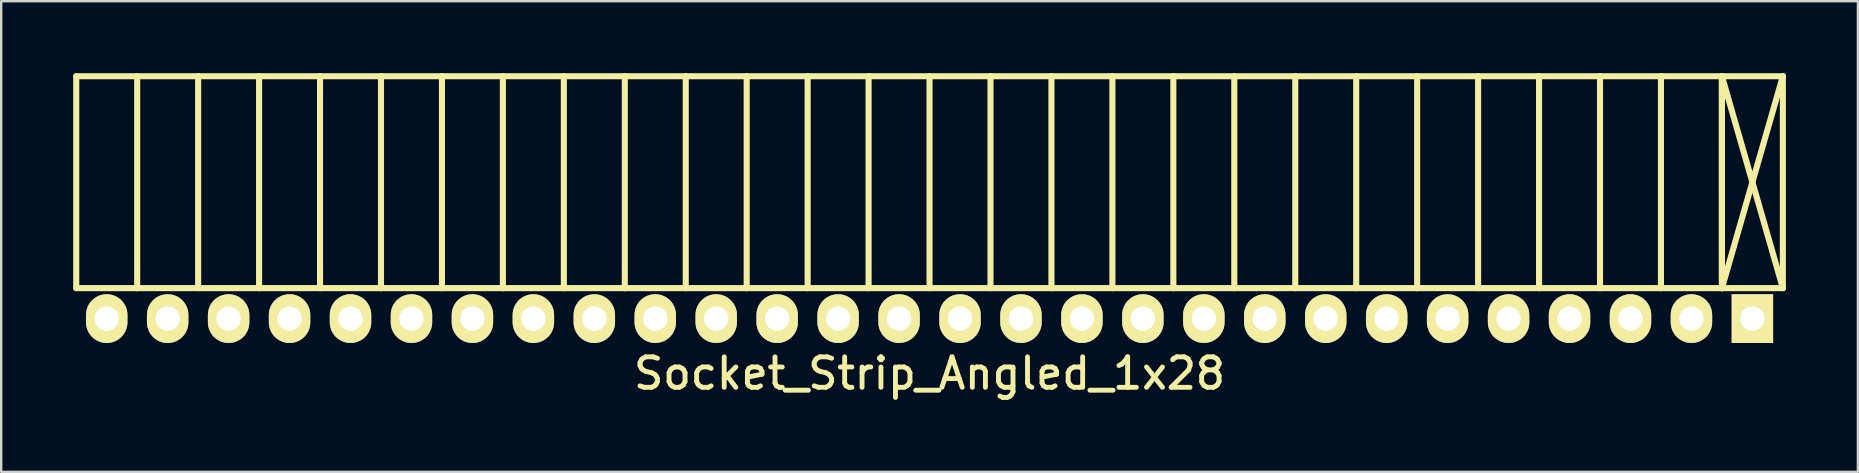
<source format=kicad_pcb>
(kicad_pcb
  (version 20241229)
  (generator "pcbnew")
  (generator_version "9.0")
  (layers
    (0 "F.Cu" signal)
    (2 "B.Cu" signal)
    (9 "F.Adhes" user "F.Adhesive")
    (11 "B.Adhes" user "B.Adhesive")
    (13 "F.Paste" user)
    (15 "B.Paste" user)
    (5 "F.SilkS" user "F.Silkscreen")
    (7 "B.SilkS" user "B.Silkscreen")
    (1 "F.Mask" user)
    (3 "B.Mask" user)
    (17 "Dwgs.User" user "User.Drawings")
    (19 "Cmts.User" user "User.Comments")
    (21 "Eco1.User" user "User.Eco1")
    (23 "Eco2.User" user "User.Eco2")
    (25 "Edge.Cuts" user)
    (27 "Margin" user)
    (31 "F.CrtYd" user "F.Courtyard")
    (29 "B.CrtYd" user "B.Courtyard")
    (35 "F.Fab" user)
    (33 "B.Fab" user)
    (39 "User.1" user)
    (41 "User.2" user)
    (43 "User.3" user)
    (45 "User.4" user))
  (footprint "Socket_Strip_Angled_1x28"
    (layer "F.Cu")
    (at 35.687 10.227)
    (property "Reference" "Socket_Strip_Angled_1x28" (at 0 2.286 0) (layer "F.SilkS") (effects (font (size 1.27 1.27) (thickness 0.203))))
    (attr through_hole)
    (fp_line (start -35.56 -10.1) (end -35.56 -1.27) (stroke (width 0.254) (type solid)) (layer "F.SilkS"))
    (fp_line (start -33.02 -10.1) (end -35.56 -10.1) (stroke (width 0.254) (type solid)) (layer "F.SilkS"))
    (fp_line (start -33.02 -10.1) (end -33.02 -1.27) (stroke (width 0.254) (type solid)) (layer "F.SilkS"))
    (fp_line (start -33.02 -1.27) (end -35.56 -1.27) (stroke (width 0.254) (type solid)) (layer "F.SilkS"))
    (fp_line (start -30.48 -10.1) (end -33.02 -10.1) (stroke (width 0.254) (type solid)) (layer "F.SilkS"))
    (fp_line (start -30.48 -10.1) (end -30.48 -1.27) (stroke (width 0.254) (type solid)) (layer "F.SilkS"))
    (fp_line (start -30.48 -1.27) (end -33.02 -1.27) (stroke (width 0.254) (type solid)) (layer "F.SilkS"))
    (fp_line (start -27.94 -10.1) (end -30.48 -10.1) (stroke (width 0.254) (type solid)) (layer "F.SilkS"))
    (fp_line (start -27.94 -10.1) (end -27.94 -1.27) (stroke (width 0.254) (type solid)) (layer "F.SilkS"))
    (fp_line (start -27.94 -1.27) (end -30.48 -1.27) (stroke (width 0.254) (type solid)) (layer "F.SilkS"))
    (fp_line (start -25.4 -10.1) (end -27.94 -10.1) (stroke (width 0.254) (type solid)) (layer "F.SilkS"))
    (fp_line (start -25.4 -10.1) (end -25.4 -1.27) (stroke (width 0.254) (type solid)) (layer "F.SilkS"))
    (fp_line (start -25.4 -1.27) (end -27.94 -1.27) (stroke (width 0.254) (type solid)) (layer "F.SilkS"))
    (fp_line (start -22.86 -10.1) (end -25.4 -10.1) (stroke (width 0.254) (type solid)) (layer "F.SilkS"))
    (fp_line (start -22.86 -10.1) (end -22.86 -1.27) (stroke (width 0.254) (type solid)) (layer "F.SilkS"))
    (fp_line (start -22.86 -1.27) (end -25.4 -1.27) (stroke (width 0.254) (type solid)) (layer "F.SilkS"))
    (fp_line (start -20.32 -10.1) (end -22.86 -10.1) (stroke (width 0.254) (type solid)) (layer "F.SilkS"))
    (fp_line (start -20.32 -10.1) (end -20.32 -1.27) (stroke (width 0.254) (type solid)) (layer "F.SilkS"))
    (fp_line (start -20.32 -1.27) (end -22.86 -1.27) (stroke (width 0.254) (type solid)) (layer "F.SilkS"))
    (fp_line (start -17.78 -10.1) (end -20.32 -10.1) (stroke (width 0.254) (type solid)) (layer "F.SilkS"))
    (fp_line (start -17.78 -10.1) (end -17.78 -1.27) (stroke (width 0.254) (type solid)) (layer "F.SilkS"))
    (fp_line (start -17.78 -1.27) (end -20.32 -1.27) (stroke (width 0.254) (type solid)) (layer "F.SilkS"))
    (fp_line (start -15.24 -10.1) (end -17.78 -10.1) (stroke (width 0.254) (type solid)) (layer "F.SilkS"))
    (fp_line (start -15.24 -10.1) (end -15.24 -1.27) (stroke (width 0.254) (type solid)) (layer "F.SilkS"))
    (fp_line (start -15.24 -1.27) (end -17.78 -1.27) (stroke (width 0.254) (type solid)) (layer "F.SilkS"))
    (fp_line (start -12.7 -10.1) (end -15.24 -10.1) (stroke (width 0.254) (type solid)) (layer "F.SilkS"))
    (fp_line (start -12.7 -10.1) (end -12.7 -1.27) (stroke (width 0.254) (type solid)) (layer "F.SilkS"))
    (fp_line (start -12.7 -1.27) (end -15.24 -1.27) (stroke (width 0.254) (type solid)) (layer "F.SilkS"))
    (fp_line (start -10.16 -10.1) (end -12.7 -10.1) (stroke (width 0.254) (type solid)) (layer "F.SilkS"))
    (fp_line (start -10.16 -10.1) (end -10.16 -1.27) (stroke (width 0.254) (type solid)) (layer "F.SilkS"))
    (fp_line (start -10.16 -1.27) (end -12.7 -1.27) (stroke (width 0.254) (type solid)) (layer "F.SilkS"))
    (fp_line (start -7.62 -10.1) (end -10.16 -10.1) (stroke (width 0.254) (type solid)) (layer "F.SilkS"))
    (fp_line (start -7.62 -10.1) (end -7.62 -1.27) (stroke (width 0.254) (type solid)) (layer "F.SilkS"))
    (fp_line (start -7.62 -1.27) (end -10.16 -1.27) (stroke (width 0.254) (type solid)) (layer "F.SilkS"))
    (fp_line (start -5.08 -10.1) (end -7.62 -10.1) (stroke (width 0.254) (type solid)) (layer "F.SilkS"))
    (fp_line (start -5.08 -10.1) (end -5.08 -1.27) (stroke (width 0.254) (type solid)) (layer "F.SilkS"))
    (fp_line (start -5.08 -1.27) (end -7.62 -1.27) (stroke (width 0.254) (type solid)) (layer "F.SilkS"))
    (fp_line (start -2.54 -10.1) (end -5.08 -10.1) (stroke (width 0.254) (type solid)) (layer "F.SilkS"))
    (fp_line (start -2.54 -10.1) (end -2.54 -1.27) (stroke (width 0.254) (type solid)) (layer "F.SilkS"))
    (fp_line (start -2.54 -1.27) (end -5.08 -1.27) (stroke (width 0.254) (type solid)) (layer "F.SilkS"))
    (fp_line (start 0 -10.1) (end -2.54 -10.1) (stroke (width 0.254) (type solid)) (layer "F.SilkS"))
    (fp_line (start 0 -10.1) (end 0 -1.27) (stroke (width 0.254) (type solid)) (layer "F.SilkS"))
    (fp_line (start 0 -1.27) (end -2.54 -1.27) (stroke (width 0.254) (type solid)) (layer "F.SilkS"))
    (fp_line (start 2.54 -10.1) (end 0 -10.1) (stroke (width 0.254) (type solid)) (layer "F.SilkS"))
    (fp_line (start 2.54 -10.1) (end 2.54 -1.27) (stroke (width 0.254) (type solid)) (layer "F.SilkS"))
    (fp_line (start 2.54 -1.27) (end 0 -1.27) (stroke (width 0.254) (type solid)) (layer "F.SilkS"))
    (fp_line (start 5.08 -10.1) (end 2.54 -10.1) (stroke (width 0.254) (type solid)) (layer "F.SilkS"))
    (fp_line (start 5.08 -10.1) (end 5.08 -1.27) (stroke (width 0.254) (type solid)) (layer "F.SilkS"))
    (fp_line (start 5.08 -1.27) (end 2.54 -1.27) (stroke (width 0.254) (type solid)) (layer "F.SilkS"))
    (fp_line (start 7.62 -10.1) (end 5.08 -10.1) (stroke (width 0.254) (type solid)) (layer "F.SilkS"))
    (fp_line (start 7.62 -10.1) (end 7.62 -1.27) (stroke (width 0.254) (type solid)) (layer "F.SilkS"))
    (fp_line (start 7.62 -1.27) (end 5.08 -1.27) (stroke (width 0.254) (type solid)) (layer "F.SilkS"))
    (fp_line (start 10.16 -10.1) (end 7.62 -10.1) (stroke (width 0.254) (type solid)) (layer "F.SilkS"))
    (fp_line (start 10.16 -10.1) (end 10.16 -1.27) (stroke (width 0.254) (type solid)) (layer "F.SilkS"))
    (fp_line (start 10.16 -1.27) (end 7.62 -1.27) (stroke (width 0.254) (type solid)) (layer "F.SilkS"))
    (fp_line (start 12.7 -10.1) (end 10.16 -10.1) (stroke (width 0.254) (type solid)) (layer "F.SilkS"))
    (fp_line (start 12.7 -10.1) (end 12.7 -1.27) (stroke (width 0.254) (type solid)) (layer "F.SilkS"))
    (fp_line (start 12.7 -1.27) (end 10.16 -1.27) (stroke (width 0.254) (type solid)) (layer "F.SilkS"))
    (fp_line (start 15.24 -10.1) (end 12.7 -10.1) (stroke (width 0.254) (type solid)) (layer "F.SilkS"))
    (fp_line (start 15.24 -10.1) (end 15.24 -1.27) (stroke (width 0.254) (type solid)) (layer "F.SilkS"))
    (fp_line (start 15.24 -1.27) (end 12.7 -1.27) (stroke (width 0.254) (type solid)) (layer "F.SilkS"))
    (fp_line (start 17.78 -10.1) (end 15.24 -10.1) (stroke (width 0.254) (type solid)) (layer "F.SilkS"))
    (fp_line (start 17.78 -10.1) (end 17.78 -1.27) (stroke (width 0.254) (type solid)) (layer "F.SilkS"))
    (fp_line (start 17.78 -1.27) (end 15.24 -1.27) (stroke (width 0.254) (type solid)) (layer "F.SilkS"))
    (fp_line (start 20.32 -10.1) (end 17.78 -10.1) (stroke (width 0.254) (type solid)) (layer "F.SilkS"))
    (fp_line (start 20.32 -10.1) (end 20.32 -1.27) (stroke (width 0.254) (type solid)) (layer "F.SilkS"))
    (fp_line (start 20.32 -1.27) (end 17.78 -1.27) (stroke (width 0.254) (type solid)) (layer "F.SilkS"))
    (fp_line (start 22.86 -10.1) (end 20.32 -10.1) (stroke (width 0.254) (type solid)) (layer "F.SilkS"))
    (fp_line (start 22.86 -10.1) (end 22.86 -1.27) (stroke (width 0.254) (type solid)) (layer "F.SilkS"))
    (fp_line (start 22.86 -1.27) (end 20.32 -1.27) (stroke (width 0.254) (type solid)) (layer "F.SilkS"))
    (fp_line (start 25.4 -10.1) (end 22.86 -10.1) (stroke (width 0.254) (type solid)) (layer "F.SilkS"))
    (fp_line (start 25.4 -10.1) (end 25.4 -1.27) (stroke (width 0.254) (type solid)) (layer "F.SilkS"))
    (fp_line (start 25.4 -1.27) (end 22.86 -1.27) (stroke (width 0.254) (type solid)) (layer "F.SilkS"))
    (fp_line (start 27.94 -10.1) (end 25.4 -10.1) (stroke (width 0.254) (type solid)) (layer "F.SilkS"))
    (fp_line (start 27.94 -10.1) (end 27.94 -1.27) (stroke (width 0.254) (type solid)) (layer "F.SilkS"))
    (fp_line (start 27.94 -1.27) (end 25.4 -1.27) (stroke (width 0.254) (type solid)) (layer "F.SilkS"))
    (fp_line (start 30.48 -10.1) (end 27.94 -10.1) (stroke (width 0.254) (type solid)) (layer "F.SilkS"))
    (fp_line (start 30.48 -10.1) (end 30.48 -1.27) (stroke (width 0.254) (type solid)) (layer "F.SilkS"))
    (fp_line (start 30.48 -1.27) (end 27.94 -1.27) (stroke (width 0.254) (type solid)) (layer "F.SilkS"))
    (fp_line (start 33.02 -10.1) (end 30.48 -10.1) (stroke (width 0.254) (type solid)) (layer "F.SilkS"))
    (fp_line (start 33.02 -10.1) (end 33.02 -1.27) (stroke (width 0.254) (type solid)) (layer "F.SilkS"))
    (fp_line (start 33.02 -1.27) (end 30.48 -1.27) (stroke (width 0.254) (type solid)) (layer "F.SilkS"))
    (fp_line (start 33.02 -1.27) (end 33.02 -10.1) (stroke (width 0.254) (type solid)) (layer "F.SilkS"))
    (fp_line (start 35.56 -10.1) (end 33.02 -10.1) (stroke (width 0.254) (type solid)) (layer "F.SilkS"))
    (fp_line (start 35.56 -10.1) (end 33.02 -1.27) (stroke (width 0.254) (type solid)) (layer "F.SilkS"))
    (fp_line (start 35.56 -1.27) (end 33.02 -10.1) (stroke (width 0.254) (type solid)) (layer "F.SilkS"))
    (fp_line (start 35.56 -1.27) (end 33.02 -1.27) (stroke (width 0.254) (type solid)) (layer "F.SilkS"))
    (fp_line (start 35.56 -1.27) (end 35.56 -10.1) (stroke (width 0.254) (type solid)) (layer "F.SilkS"))
    (pad "1" thru_hole rect (at 34.29 0 180) (size 1.727 2.032) (drill 1.016) (layers "*.Cu" "*.Mask" "F.SilkS"))
    (pad "2" thru_hole oval (at 31.75 0 180) (size 1.727 2.032) (drill 1.016) (layers "*.Cu" "*.Mask" "F.SilkS"))
    (pad "3" thru_hole oval (at 29.21 0 180) (size 1.727 2.032) (drill 1.016) (layers "*.Cu" "*.Mask" "F.SilkS"))
    (pad "4" thru_hole oval (at 26.67 0 180) (size 1.727 2.032) (drill 1.016) (layers "*.Cu" "*.Mask" "F.SilkS"))
    (pad "5" thru_hole oval (at 24.13 0 180) (size 1.727 2.032) (drill 1.016) (layers "*.Cu" "*.Mask" "F.SilkS"))
    (pad "6" thru_hole oval (at 21.59 0 180) (size 1.727 2.032) (drill 1.016) (layers "*.Cu" "*.Mask" "F.SilkS"))
    (pad "7" thru_hole oval (at 19.05 0 180) (size 1.727 2.032) (drill 1.016) (layers "*.Cu" "*.Mask" "F.SilkS"))
    (pad "8" thru_hole oval (at 16.51 0 180) (size 1.727 2.032) (drill 1.016) (layers "*.Cu" "*.Mask" "F.SilkS"))
    (pad "9" thru_hole oval (at 13.97 0 180) (size 1.727 2.032) (drill 1.016) (layers "*.Cu" "*.Mask" "F.SilkS"))
    (pad "10" thru_hole oval (at 11.43 0 180) (size 1.727 2.032) (drill 1.016) (layers "*.Cu" "*.Mask" "F.SilkS"))
    (pad "11" thru_hole oval (at 8.89 0 180) (size 1.727 2.032) (drill 1.016) (layers "*.Cu" "*.Mask" "F.SilkS"))
    (pad "12" thru_hole oval (at 6.35 0 180) (size 1.727 2.032) (drill 1.016) (layers "*.Cu" "*.Mask" "F.SilkS"))
    (pad "13" thru_hole oval (at 3.81 0 180) (size 1.727 2.032) (drill 1.016) (layers "*.Cu" "*.Mask" "F.SilkS"))
    (pad "14" thru_hole oval (at 1.27 0 180) (size 1.727 2.032) (drill 1.016) (layers "*.Cu" "*.Mask" "F.SilkS"))
    (pad "15" thru_hole oval (at -1.27 0 180) (size 1.727 2.032) (drill 1.016) (layers "*.Cu" "*.Mask" "F.SilkS"))
    (pad "16" thru_hole oval (at -3.81 0 180) (size 1.727 2.032) (drill 1.016) (layers "*.Cu" "*.Mask" "F.SilkS"))
    (pad "17" thru_hole oval (at -6.35 0 180) (size 1.727 2.032) (drill 1.016) (layers "*.Cu" "*.Mask" "F.SilkS"))
    (pad "18" thru_hole oval (at -8.89 0 180) (size 1.727 2.032) (drill 1.016) (layers "*.Cu" "*.Mask" "F.SilkS"))
    (pad "19" thru_hole oval (at -11.43 0 180) (size 1.727 2.032) (drill 1.016) (layers "*.Cu" "*.Mask" "F.SilkS"))
    (pad "20" thru_hole oval (at -13.97 0 180) (size 1.727 2.032) (drill 1.016) (layers "*.Cu" "*.Mask" "F.SilkS"))
    (pad "21" thru_hole oval (at -16.51 0 180) (size 1.727 2.032) (drill 1.016) (layers "*.Cu" "*.Mask" "F.SilkS"))
    (pad "22" thru_hole oval (at -19.05 0 180) (size 1.727 2.032) (drill 1.016) (layers "*.Cu" "*.Mask" "F.SilkS"))
    (pad "23" thru_hole oval (at -21.59 0 180) (size 1.727 2.032) (drill 1.016) (layers "*.Cu" "*.Mask" "F.SilkS"))
    (pad "24" thru_hole oval (at -24.13 0 180) (size 1.727 2.032) (drill 1.016) (layers "*.Cu" "*.Mask" "F.SilkS"))
    (pad "25" thru_hole oval (at -26.67 0 180) (size 1.727 2.032) (drill 1.016) (layers "*.Cu" "*.Mask" "F.SilkS"))
    (pad "26" thru_hole oval (at -29.21 0 180) (size 1.727 2.032) (drill 1.016) (layers "*.Cu" "*.Mask" "F.SilkS"))
    (pad "27" thru_hole oval (at -31.75 0 180) (size 1.727 2.032) (drill 1.016) (layers "*.Cu" "*.Mask" "F.SilkS"))
    (pad "28" thru_hole oval (at -34.29 0 180) (size 1.727 2.032) (drill 1.016) (layers "*.Cu" "*.Mask" "F.SilkS")))
  (gr_rect
    (start -3 -3)
    (end 74.374 16.613)
    (stroke (width 0.1) (type default))
    (fill no)
    (layer "Edge.Cuts")))
</source>
